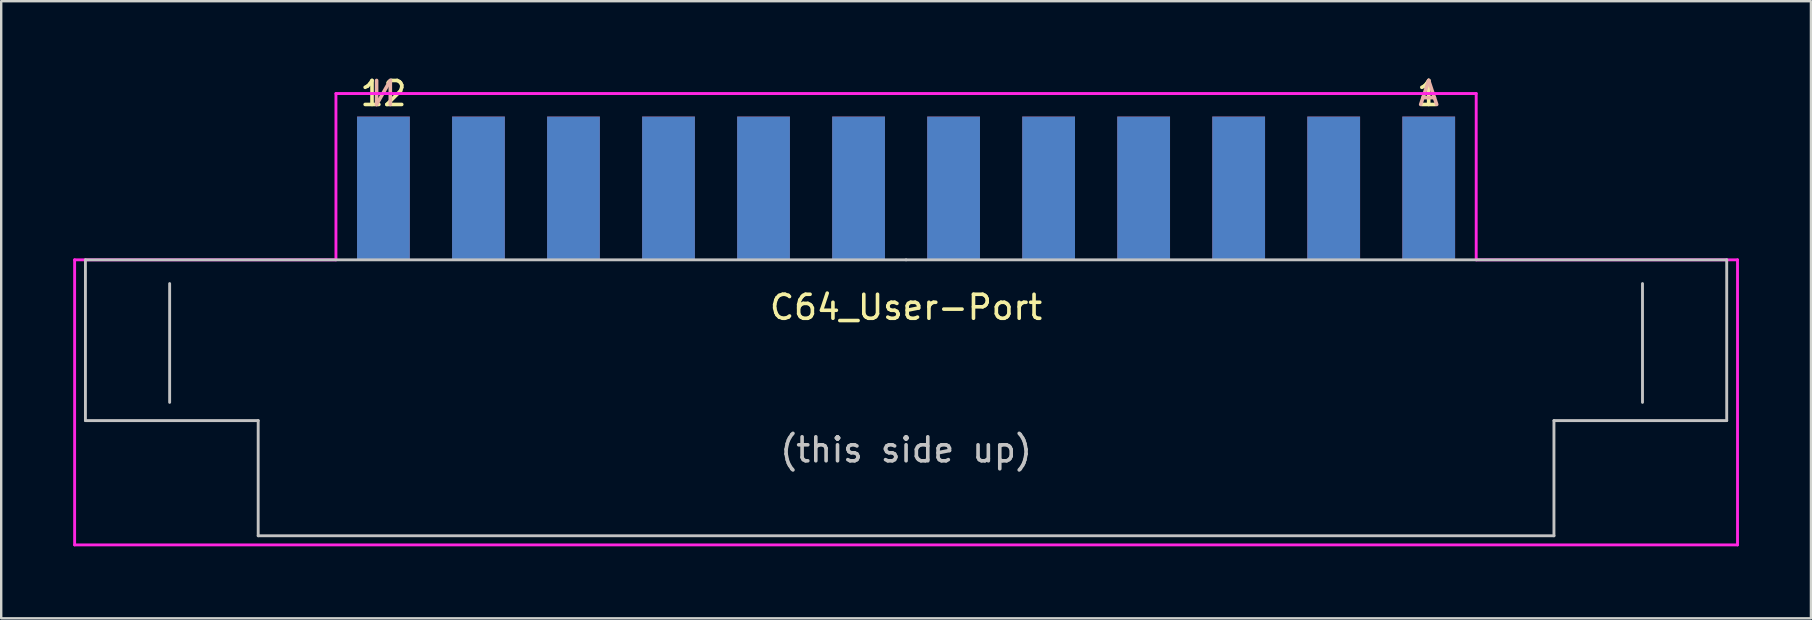
<source format=kicad_pcb>
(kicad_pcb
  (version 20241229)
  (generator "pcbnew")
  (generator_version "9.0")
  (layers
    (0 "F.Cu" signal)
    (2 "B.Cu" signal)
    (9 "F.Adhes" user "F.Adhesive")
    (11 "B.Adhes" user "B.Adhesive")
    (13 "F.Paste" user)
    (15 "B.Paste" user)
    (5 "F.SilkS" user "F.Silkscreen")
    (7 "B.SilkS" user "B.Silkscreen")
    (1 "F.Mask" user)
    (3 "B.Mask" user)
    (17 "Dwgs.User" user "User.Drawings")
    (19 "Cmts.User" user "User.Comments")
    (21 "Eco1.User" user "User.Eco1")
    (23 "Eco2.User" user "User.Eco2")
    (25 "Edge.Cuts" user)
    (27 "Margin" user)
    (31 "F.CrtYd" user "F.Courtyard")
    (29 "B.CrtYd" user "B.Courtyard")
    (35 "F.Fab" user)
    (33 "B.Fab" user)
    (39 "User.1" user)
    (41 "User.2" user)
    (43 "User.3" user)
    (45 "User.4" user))
  (footprint "C64_User-Port"
    (layer "F.Cu")
    (at 56.49 4.808)
    (property "Reference" "C64_User-Port" (at -21.78 4.95 0) (layer "F.SilkS") (effects (font (size 1 1) (thickness 0.15))))
    (attr through_hole)
    (fp_line (start -55.98 2.97) (end -55.98 9.67) (stroke (width 0.12) (type solid)) (layer "Dwgs.User"))
    (fp_line (start -55.98 2.97) (end -21.78 2.97) (stroke (width 0.12) (type solid)) (layer "Dwgs.User"))
    (fp_line (start -55.98 9.67) (end -48.78 9.67) (stroke (width 0.12) (type solid)) (layer "Dwgs.User"))
    (fp_line (start -52.47 8.91) (end -52.47 3.96) (stroke (width 0.12) (type solid)) (layer "Dwgs.User"))
    (fp_line (start -48.78 9.67) (end -48.78 14.47) (stroke (width 0.12) (type solid)) (layer "Dwgs.User"))
    (fp_line (start -48.78 14.47) (end 5.22 14.47) (stroke (width 0.12) (type solid)) (layer "Dwgs.User"))
    (fp_line (start 5.22 9.67) (end 5.22 14.47) (stroke (width 0.12) (type solid)) (layer "Dwgs.User"))
    (fp_line (start 8.91 8.91) (end 8.91 3.96) (stroke (width 0.12) (type solid)) (layer "Dwgs.User"))
    (fp_line (start 12.42 2.97) (end -21.78 2.97) (stroke (width 0.12) (type solid)) (layer "Dwgs.User"))
    (fp_line (start 12.42 2.97) (end 12.42 9.67) (stroke (width 0.12) (type solid)) (layer "Dwgs.User"))
    (fp_line (start 12.42 9.67) (end 5.22 9.67) (stroke (width 0.12) (type solid)) (layer "Dwgs.User"))
    (fp_line (start -56.43 2.97) (end -45.54 2.97) (stroke (width 0.12) (type solid)) (layer "F.CrtYd"))
    (fp_line (start -56.43 14.85) (end -56.43 2.97) (stroke (width 0.12) (type solid)) (layer "F.CrtYd"))
    (fp_line (start -45.54 -3.96) (end 1.98 -3.96) (stroke (width 0.12) (type solid)) (layer "F.CrtYd"))
    (fp_line (start -45.54 2.97) (end -45.54 -3.96) (stroke (width 0.12) (type solid)) (layer "F.CrtYd"))
    (fp_line (start 1.98 -3.96) (end 1.98 2.97) (stroke (width 0.12) (type solid)) (layer "F.CrtYd"))
    (fp_line (start 1.98 2.97) (end 12.87 2.97) (stroke (width 0.12) (type solid)) (layer "F.CrtYd"))
    (fp_line (start 12.87 2.97) (end 12.87 14.85) (stroke (width 0.12) (type solid)) (layer "F.CrtYd"))
    (fp_line (start 12.87 14.85) (end -56.43 14.85) (stroke (width 0.12) (type solid)) (layer "F.CrtYd"))
    (fp_text user "12" (at -43.56 -3.96 0) (layer "F.SilkS") (effects (font (size 1 1) (thickness 0.15))))
    (fp_text user "1" (at 0 -3.96 0) (layer "F.SilkS") (effects (font (size 1 1) (thickness 0.15))))
    (fp_text user "N" (at -43.56 -3.96 0) (layer "B.SilkS") (effects (font (size 1 1) (thickness 0.15)) (justify mirror)))
    (fp_text user "A" (at 0 -3.96 0) (layer "B.SilkS") (effects (font (size 1 1) (thickness 0.15)) (justify mirror)))
    (fp_text user "(this side up)" (at -21.78 10.89 0) (layer "Dwgs.User") (effects (font (size 1 1) (thickness 0.15))))
    (pad "1" smd rect (at 0 0) (size 2.2 6) (layers "F.Cu" "F.Mask" "F.Paste"))
    (pad "2" smd rect (at -3.96 0) (size 2.2 6) (layers "F.Cu" "F.Mask" "F.Paste"))
    (pad "3" smd rect (at -7.92 0) (size 2.2 6) (layers "F.Cu" "F.Mask" "F.Paste"))
    (pad "4" smd rect (at -11.88 0) (size 2.2 6) (layers "F.Cu" "F.Mask" "F.Paste"))
    (pad "5" smd rect (at -15.84 0) (size 2.2 6) (layers "F.Cu" "F.Mask" "F.Paste"))
    (pad "6" smd rect (at -19.8 0) (size 2.2 6) (layers "F.Cu" "F.Mask" "F.Paste"))
    (pad "7" smd rect (at -23.76 0) (size 2.2 6) (layers "F.Cu" "F.Mask" "F.Paste"))
    (pad "8" smd rect (at -27.72 0) (size 2.2 6) (layers "F.Cu" "F.Mask" "F.Paste"))
    (pad "9" smd rect (at -31.68 0) (size 2.2 6) (layers "F.Cu" "F.Mask" "F.Paste"))
    (pad "10" smd rect (at -35.64 0) (size 2.2 6) (layers "F.Cu" "F.Mask" "F.Paste"))
    (pad "11" smd rect (at -39.6 0) (size 2.2 6) (layers "F.Cu" "F.Mask" "F.Paste"))
    (pad "12" smd rect (at -43.56 0) (size 2.2 6) (layers "F.Cu" "F.Mask" "F.Paste"))
    (pad "A" smd rect (at 0 0) (size 2.2 6) (layers "B.Cu" "B.Mask" "B.Paste"))
    (pad "B" smd rect (at -3.96 0) (size 2.2 6) (layers "B.Cu" "B.Mask" "B.Paste"))
    (pad "C" smd rect (at -7.92 0) (size 2.2 6) (layers "B.Cu" "B.Mask" "B.Paste"))
    (pad "D" smd rect (at -11.88 0) (size 2.2 6) (layers "B.Cu" "B.Mask" "B.Paste"))
    (pad "E" smd rect (at -15.84 0) (size 2.2 6) (layers "B.Cu" "B.Mask" "B.Paste"))
    (pad "F" smd rect (at -19.8 0) (size 2.2 6) (layers "B.Cu" "B.Mask" "B.Paste"))
    (pad "H" smd rect (at -23.76 0) (size 2.2 6) (layers "B.Cu" "B.Mask" "B.Paste"))
    (pad "J" smd rect (at -27.72 0) (size 2.2 6) (layers "B.Cu" "B.Mask" "B.Paste"))
    (pad "K" smd rect (at -31.68 0) (size 2.2 6) (layers "B.Cu" "B.Mask" "B.Paste"))
    (pad "L" smd rect (at -35.64 0) (size 2.2 6) (layers "B.Cu" "B.Mask" "B.Paste"))
    (pad "M" smd rect (at -39.6 0) (size 2.2 6) (layers "B.Cu" "B.Mask" "B.Paste"))
    (pad "N" smd rect (at -43.56 0) (size 2.2 6) (layers "B.Cu" "B.Mask" "B.Paste")))
  (gr_rect
    (start -3 -3)
    (end 72.42 22.718)
    (stroke (width 0.1) (type default))
    (fill no)
    (layer "Edge.Cuts")))
</source>
